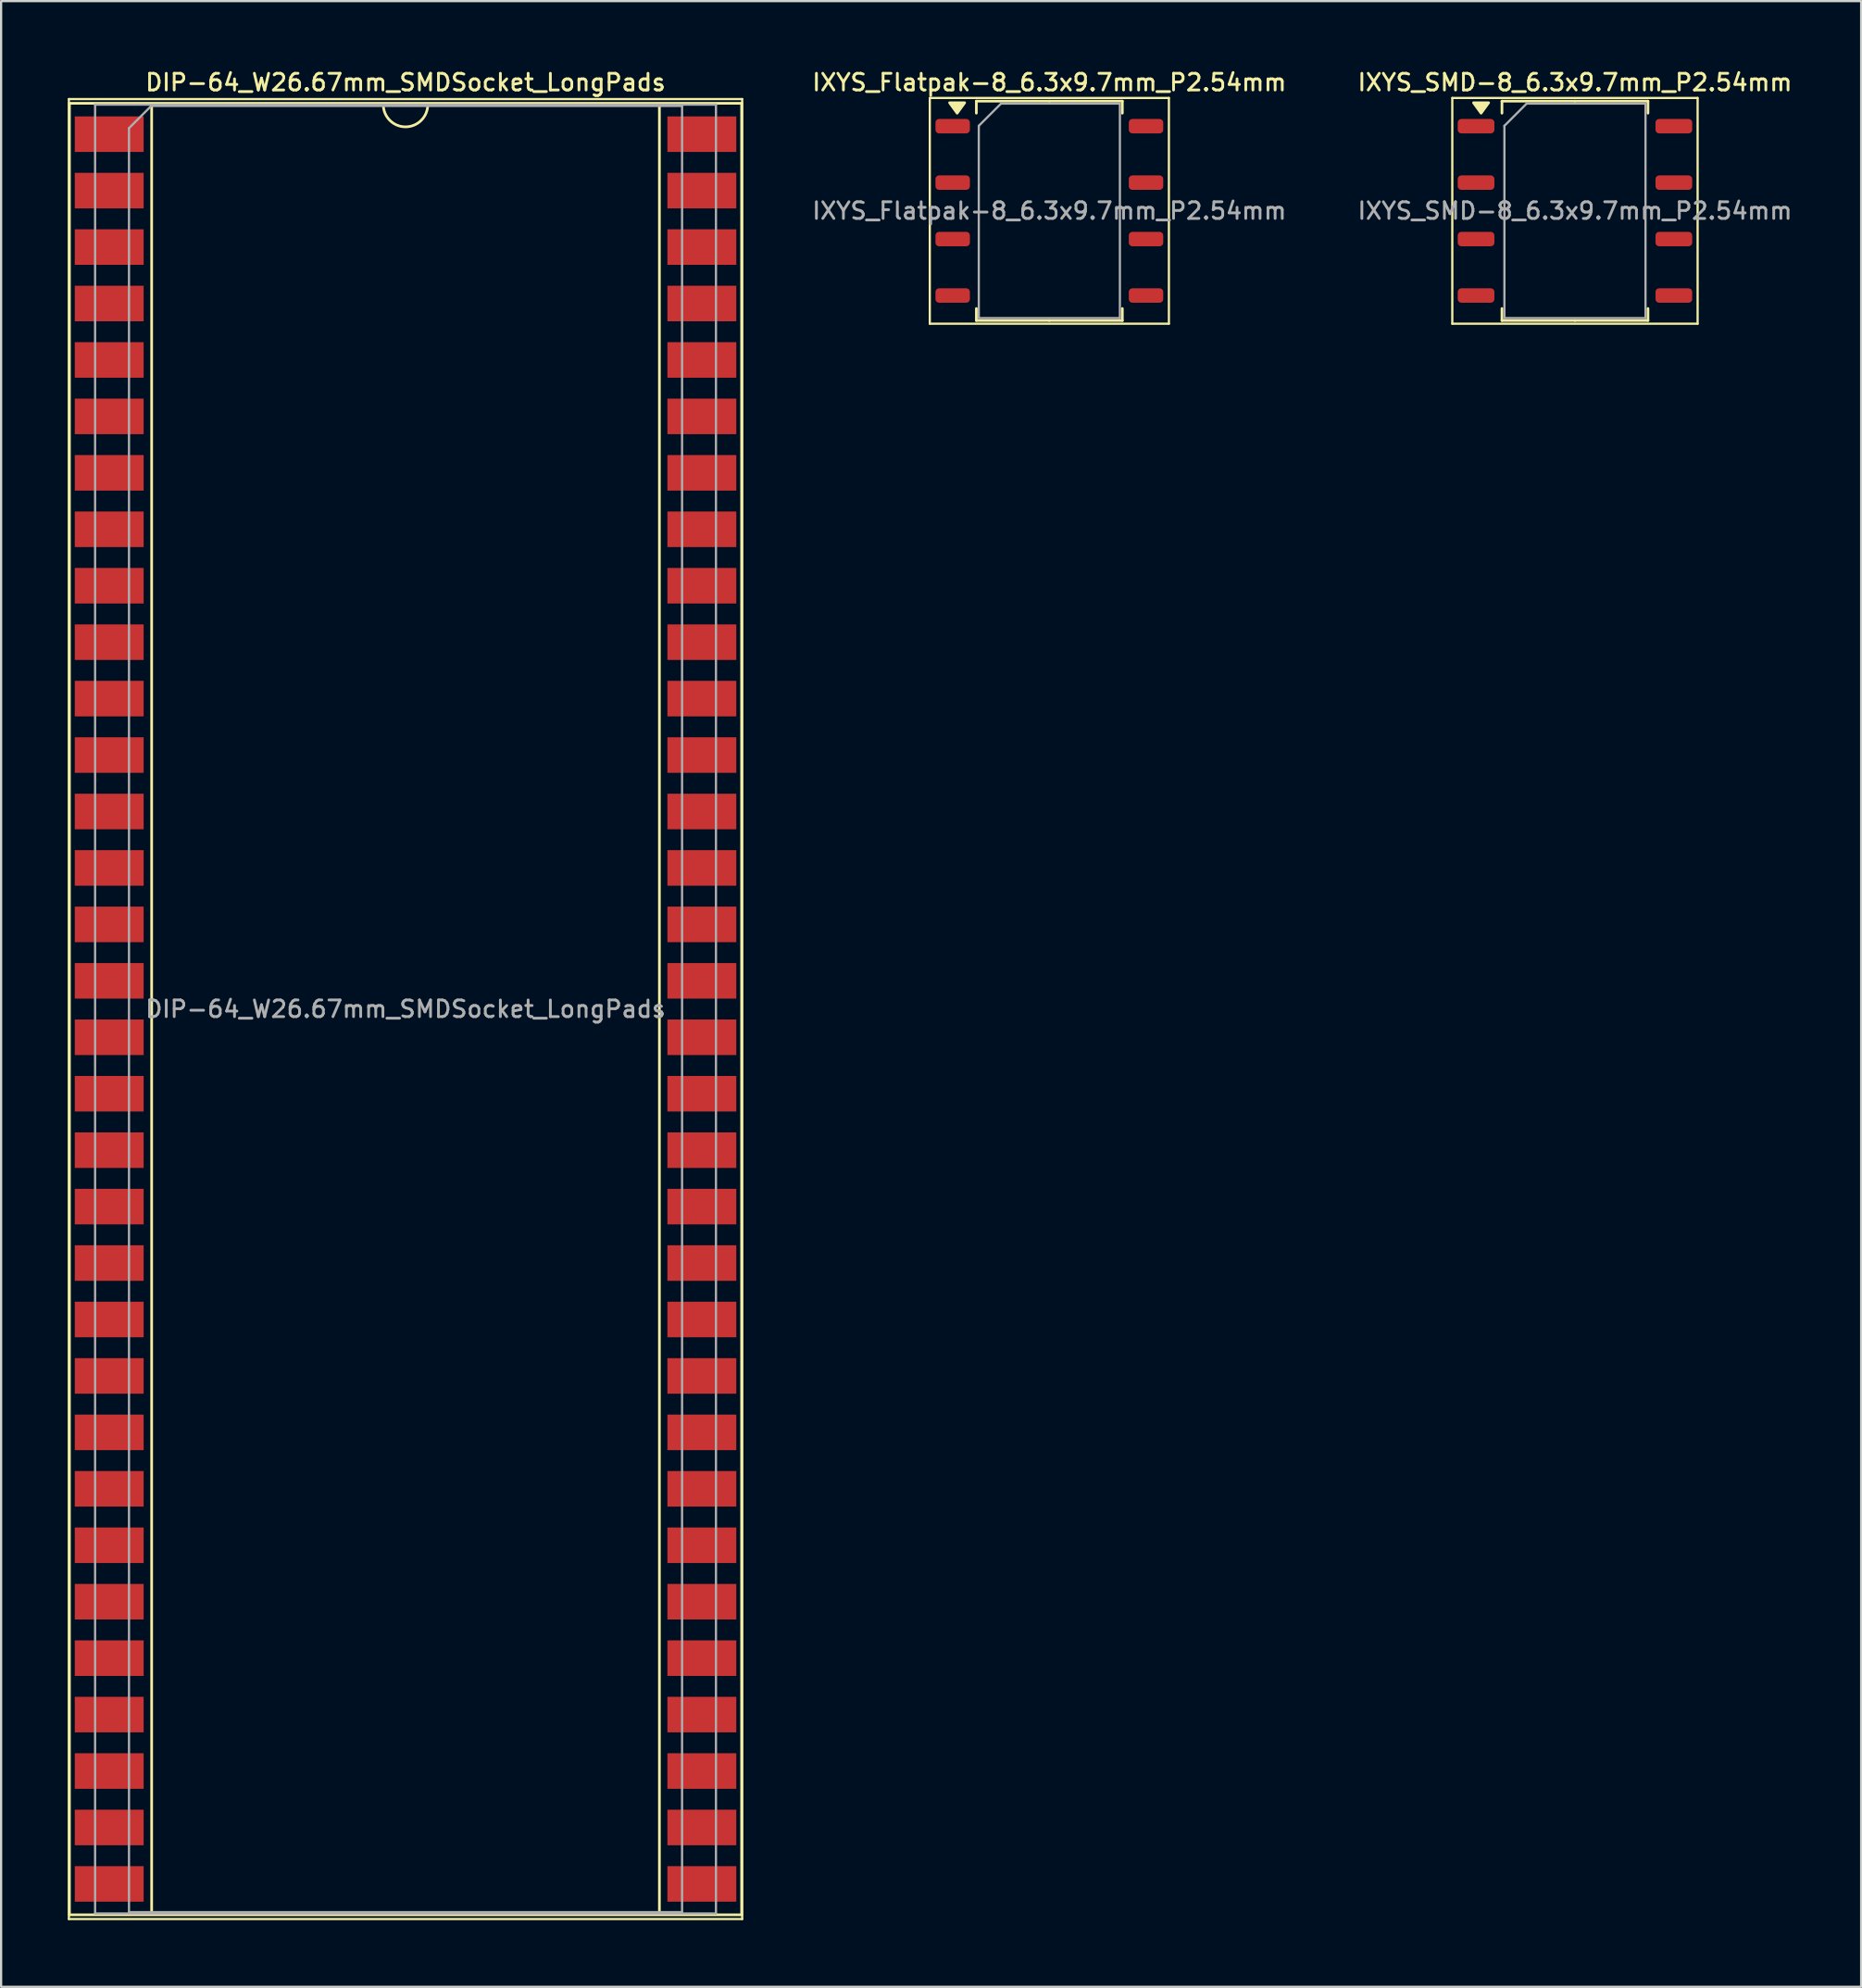
<source format=kicad_pcb>
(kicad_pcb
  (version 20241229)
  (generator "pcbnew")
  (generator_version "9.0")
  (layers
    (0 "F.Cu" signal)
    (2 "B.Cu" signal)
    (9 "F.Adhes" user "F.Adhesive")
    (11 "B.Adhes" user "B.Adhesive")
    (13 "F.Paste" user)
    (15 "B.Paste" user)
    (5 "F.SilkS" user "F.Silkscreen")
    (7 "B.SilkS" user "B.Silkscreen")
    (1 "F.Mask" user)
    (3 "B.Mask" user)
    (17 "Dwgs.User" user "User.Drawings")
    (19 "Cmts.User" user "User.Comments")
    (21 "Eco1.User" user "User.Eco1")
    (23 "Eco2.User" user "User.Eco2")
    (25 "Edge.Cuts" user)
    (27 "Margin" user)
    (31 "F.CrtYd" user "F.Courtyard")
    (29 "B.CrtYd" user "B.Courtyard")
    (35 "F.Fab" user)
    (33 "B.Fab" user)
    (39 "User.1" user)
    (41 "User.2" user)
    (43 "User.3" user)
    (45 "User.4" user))
  (footprint "IXYS_Flatpak-8_6.3x9.7mm_P2.54mm"
    (layer "F.Cu")
    (at 44.173 6.438)
    (property "Reference" "IXYS_Flatpak-8_6.3x9.7mm_P2.54mm" (at 0 -5.78 0) (layer "F.SilkS") (effects (font (size 0.75 0.75) (thickness 0.125))))
    (attr smd)
    (fp_line (start -5.38 -5.08) (end -5.38 5.08) (stroke (width 0.1) (type solid)) (layer "F.SilkS"))
    (fp_line (start -5.38 5.08) (end 5.38 5.08) (stroke (width 0.1) (type solid)) (layer "F.SilkS"))
    (fp_line (start -3.285 -4.936) (end -3.285 -4.395) (stroke (width 0.12) (type solid)) (layer "F.SilkS"))
    (fp_line (start -3.285 4.936) (end -3.285 4.395) (stroke (width 0.12) (type solid)) (layer "F.SilkS"))
    (fp_line (start 0 -4.936) (end -3.285 -4.936) (stroke (width 0.12) (type solid)) (layer "F.SilkS"))
    (fp_line (start 0 -4.936) (end 3.285 -4.936) (stroke (width 0.12) (type solid)) (layer "F.SilkS"))
    (fp_line (start 0 4.936) (end -3.285 4.936) (stroke (width 0.12) (type solid)) (layer "F.SilkS"))
    (fp_line (start 0 4.936) (end 3.285 4.936) (stroke (width 0.12) (type solid)) (layer "F.SilkS"))
    (fp_line (start 3.285 -4.936) (end 3.285 -4.395) (stroke (width 0.12) (type solid)) (layer "F.SilkS"))
    (fp_line (start 3.285 4.936) (end 3.285 4.395) (stroke (width 0.12) (type solid)) (layer "F.SilkS"))
    (fp_line (start 5.38 -5.08) (end -5.38 -5.08) (stroke (width 0.1) (type solid)) (layer "F.SilkS"))
    (fp_line (start 5.38 5.08) (end 5.38 -5.08) (stroke (width 0.1) (type solid)) (layer "F.SilkS"))
    (fp_poly (pts (xy -4.15 -4.395) (xy -4.49 -4.865) (xy -3.81 -4.865) (xy -4.15 -4.395)) (stroke (width 0.12) (type solid)) (fill yes) (layer "F.SilkS"))
    (fp_line (start -3.175 -3.826) (end -2.175 -4.826) (stroke (width 0.1) (type solid)) (layer "F.Fab"))
    (fp_line (start -3.175 4.826) (end -3.175 -3.826) (stroke (width 0.1) (type solid)) (layer "F.Fab"))
    (fp_line (start -2.175 -4.826) (end 3.175 -4.826) (stroke (width 0.1) (type solid)) (layer "F.Fab"))
    (fp_line (start 3.175 -4.826) (end 3.175 4.826) (stroke (width 0.1) (type solid)) (layer "F.Fab"))
    (fp_line (start 3.175 4.826) (end -3.175 4.826) (stroke (width 0.1) (type solid)) (layer "F.Fab"))
    (fp_text user "${REFERENCE}" (at 0 0 0) (layer "F.Fab") (effects (font (size 0.75 0.75) (thickness 0.125))))
    (pad "1" smd roundrect (at -4.35 -3.81) (size 1.55 0.65) (layers "F.Cu" "F.Mask" "F.Paste") (roundrect_rratio 0.25))
    (pad "2" smd roundrect (at -4.35 -1.27) (size 1.55 0.65) (layers "F.Cu" "F.Mask" "F.Paste") (roundrect_rratio 0.25))
    (pad "3" smd roundrect (at -4.35 1.27) (size 1.55 0.65) (layers "F.Cu" "F.Mask" "F.Paste") (roundrect_rratio 0.25))
    (pad "4" smd roundrect (at -4.35 3.81) (size 1.55 0.65) (layers "F.Cu" "F.Mask" "F.Paste") (roundrect_rratio 0.25))
    (pad "5" smd roundrect (at 4.35 3.81) (size 1.55 0.65) (layers "F.Cu" "F.Mask" "F.Paste") (roundrect_rratio 0.25))
    (pad "6" smd roundrect (at 4.35 1.27) (size 1.55 0.65) (layers "F.Cu" "F.Mask" "F.Paste") (roundrect_rratio 0.25))
    (pad "7" smd roundrect (at 4.35 -1.27) (size 1.55 0.65) (layers "F.Cu" "F.Mask" "F.Paste") (roundrect_rratio 0.25))
    (pad "8" smd roundrect (at 4.35 -3.81) (size 1.55 0.65) (layers "F.Cu" "F.Mask" "F.Paste") (roundrect_rratio 0.25)))
  (footprint "DIP-64_W26.67mm_SMDSocket_LongPads"
    (layer "F.Cu")
    (at 15.2 42.358)
    (property "Reference" "DIP-64_W26.67mm_SMDSocket_LongPads" (at 0 -41.7 0) (layer "F.SilkS") (effects (font (size 0.75 0.75) (thickness 0.125))))
    (attr smd)
    (fp_line (start -15.15 -40.95) (end -15.15 40.95) (stroke (width 0.1) (type solid)) (layer "F.SilkS"))
    (fp_line (start -15.15 40.95) (end 15.15 40.95) (stroke (width 0.1) (type solid)) (layer "F.SilkS"))
    (fp_line (start -15.125 -40.76) (end -15.125 40.76) (stroke (width 0.12) (type solid)) (layer "F.SilkS"))
    (fp_line (start -15.125 40.76) (end 15.125 40.76) (stroke (width 0.12) (type solid)) (layer "F.SilkS"))
    (fp_line (start -11.425 -40.7) (end -11.425 40.7) (stroke (width 0.12) (type solid)) (layer "F.SilkS"))
    (fp_line (start -11.425 40.7) (end 11.425 40.7) (stroke (width 0.12) (type solid)) (layer "F.SilkS"))
    (fp_line (start -1 -40.7) (end -11.425 -40.7) (stroke (width 0.12) (type solid)) (layer "F.SilkS"))
    (fp_line (start 11.425 -40.7) (end 1 -40.7) (stroke (width 0.12) (type solid)) (layer "F.SilkS"))
    (fp_line (start 11.425 40.7) (end 11.425 -40.7) (stroke (width 0.12) (type solid)) (layer "F.SilkS"))
    (fp_line (start 15.125 -40.76) (end -15.125 -40.76) (stroke (width 0.12) (type solid)) (layer "F.SilkS"))
    (fp_line (start 15.125 40.76) (end 15.125 -40.76) (stroke (width 0.12) (type solid)) (layer "F.SilkS"))
    (fp_line (start 15.15 -40.95) (end -15.15 -40.95) (stroke (width 0.1) (type solid)) (layer "F.SilkS"))
    (fp_line (start 15.15 40.95) (end 15.15 -40.95) (stroke (width 0.1) (type solid)) (layer "F.SilkS"))
    (fp_arc (start 1 -40.7) (mid 0 -39.7) (end -1 -40.7) (stroke (width 0.12) (type solid)) (layer "F.SilkS"))
    (fp_line (start -13.97 -40.7) (end -13.97 40.7) (stroke (width 0.1) (type solid)) (layer "F.Fab"))
    (fp_line (start -13.97 40.7) (end 13.97 40.7) (stroke (width 0.1) (type solid)) (layer "F.Fab"))
    (fp_line (start -12.445 -39.64) (end -11.445 -40.64) (stroke (width 0.1) (type solid)) (layer "F.Fab"))
    (fp_line (start -12.445 40.64) (end -12.445 -39.64) (stroke (width 0.1) (type solid)) (layer "F.Fab"))
    (fp_line (start -11.445 -40.64) (end 12.445 -40.64) (stroke (width 0.1) (type solid)) (layer "F.Fab"))
    (fp_line (start 12.445 -40.64) (end 12.445 40.64) (stroke (width 0.1) (type solid)) (layer "F.Fab"))
    (fp_line (start 12.445 40.64) (end -12.445 40.64) (stroke (width 0.1) (type solid)) (layer "F.Fab"))
    (fp_line (start 13.97 -40.7) (end -13.97 -40.7) (stroke (width 0.1) (type solid)) (layer "F.Fab"))
    (fp_line (start 13.97 40.7) (end 13.97 -40.7) (stroke (width 0.1) (type solid)) (layer "F.Fab"))
    (fp_text user "${REFERENCE}" (at 0 0 0) (layer "F.Fab") (effects (font (size 0.75 0.75) (thickness 0.125))))
    (pad "1" smd rect (at -13.335 -39.37) (size 3.1 1.6) (layers "F.Cu" "F.Mask" "F.Paste"))
    (pad "2" smd rect (at -13.335 -36.83) (size 3.1 1.6) (layers "F.Cu" "F.Mask" "F.Paste"))
    (pad "3" smd rect (at -13.335 -34.29) (size 3.1 1.6) (layers "F.Cu" "F.Mask" "F.Paste"))
    (pad "4" smd rect (at -13.335 -31.75) (size 3.1 1.6) (layers "F.Cu" "F.Mask" "F.Paste"))
    (pad "5" smd rect (at -13.335 -29.21) (size 3.1 1.6) (layers "F.Cu" "F.Mask" "F.Paste"))
    (pad "6" smd rect (at -13.335 -26.67) (size 3.1 1.6) (layers "F.Cu" "F.Mask" "F.Paste"))
    (pad "7" smd rect (at -13.335 -24.13) (size 3.1 1.6) (layers "F.Cu" "F.Mask" "F.Paste"))
    (pad "8" smd rect (at -13.335 -21.59) (size 3.1 1.6) (layers "F.Cu" "F.Mask" "F.Paste"))
    (pad "9" smd rect (at -13.335 -19.05) (size 3.1 1.6) (layers "F.Cu" "F.Mask" "F.Paste"))
    (pad "10" smd rect (at -13.335 -16.51) (size 3.1 1.6) (layers "F.Cu" "F.Mask" "F.Paste"))
    (pad "11" smd rect (at -13.335 -13.97) (size 3.1 1.6) (layers "F.Cu" "F.Mask" "F.Paste"))
    (pad "12" smd rect (at -13.335 -11.43) (size 3.1 1.6) (layers "F.Cu" "F.Mask" "F.Paste"))
    (pad "13" smd rect (at -13.335 -8.89) (size 3.1 1.6) (layers "F.Cu" "F.Mask" "F.Paste"))
    (pad "14" smd rect (at -13.335 -6.35) (size 3.1 1.6) (layers "F.Cu" "F.Mask" "F.Paste"))
    (pad "15" smd rect (at -13.335 -3.81) (size 3.1 1.6) (layers "F.Cu" "F.Mask" "F.Paste"))
    (pad "16" smd rect (at -13.335 -1.27) (size 3.1 1.6) (layers "F.Cu" "F.Mask" "F.Paste"))
    (pad "17" smd rect (at -13.335 1.27) (size 3.1 1.6) (layers "F.Cu" "F.Mask" "F.Paste"))
    (pad "18" smd rect (at -13.335 3.81) (size 3.1 1.6) (layers "F.Cu" "F.Mask" "F.Paste"))
    (pad "19" smd rect (at -13.335 6.35) (size 3.1 1.6) (layers "F.Cu" "F.Mask" "F.Paste"))
    (pad "20" smd rect (at -13.335 8.89) (size 3.1 1.6) (layers "F.Cu" "F.Mask" "F.Paste"))
    (pad "21" smd rect (at -13.335 11.43) (size 3.1 1.6) (layers "F.Cu" "F.Mask" "F.Paste"))
    (pad "22" smd rect (at -13.335 13.97) (size 3.1 1.6) (layers "F.Cu" "F.Mask" "F.Paste"))
    (pad "23" smd rect (at -13.335 16.51) (size 3.1 1.6) (layers "F.Cu" "F.Mask" "F.Paste"))
    (pad "24" smd rect (at -13.335 19.05) (size 3.1 1.6) (layers "F.Cu" "F.Mask" "F.Paste"))
    (pad "25" smd rect (at -13.335 21.59) (size 3.1 1.6) (layers "F.Cu" "F.Mask" "F.Paste"))
    (pad "26" smd rect (at -13.335 24.13) (size 3.1 1.6) (layers "F.Cu" "F.Mask" "F.Paste"))
    (pad "27" smd rect (at -13.335 26.67) (size 3.1 1.6) (layers "F.Cu" "F.Mask" "F.Paste"))
    (pad "28" smd rect (at -13.335 29.21) (size 3.1 1.6) (layers "F.Cu" "F.Mask" "F.Paste"))
    (pad "29" smd rect (at -13.335 31.75) (size 3.1 1.6) (layers "F.Cu" "F.Mask" "F.Paste"))
    (pad "30" smd rect (at -13.335 34.29) (size 3.1 1.6) (layers "F.Cu" "F.Mask" "F.Paste"))
    (pad "31" smd rect (at -13.335 36.83) (size 3.1 1.6) (layers "F.Cu" "F.Mask" "F.Paste"))
    (pad "32" smd rect (at -13.335 39.37) (size 3.1 1.6) (layers "F.Cu" "F.Mask" "F.Paste"))
    (pad "33" smd rect (at 13.335 39.37) (size 3.1 1.6) (layers "F.Cu" "F.Mask" "F.Paste"))
    (pad "34" smd rect (at 13.335 36.83) (size 3.1 1.6) (layers "F.Cu" "F.Mask" "F.Paste"))
    (pad "35" smd rect (at 13.335 34.29) (size 3.1 1.6) (layers "F.Cu" "F.Mask" "F.Paste"))
    (pad "36" smd rect (at 13.335 31.75) (size 3.1 1.6) (layers "F.Cu" "F.Mask" "F.Paste"))
    (pad "37" smd rect (at 13.335 29.21) (size 3.1 1.6) (layers "F.Cu" "F.Mask" "F.Paste"))
    (pad "38" smd rect (at 13.335 26.67) (size 3.1 1.6) (layers "F.Cu" "F.Mask" "F.Paste"))
    (pad "39" smd rect (at 13.335 24.13) (size 3.1 1.6) (layers "F.Cu" "F.Mask" "F.Paste"))
    (pad "40" smd rect (at 13.335 21.59) (size 3.1 1.6) (layers "F.Cu" "F.Mask" "F.Paste"))
    (pad "41" smd rect (at 13.335 19.05) (size 3.1 1.6) (layers "F.Cu" "F.Mask" "F.Paste"))
    (pad "42" smd rect (at 13.335 16.51) (size 3.1 1.6) (layers "F.Cu" "F.Mask" "F.Paste"))
    (pad "43" smd rect (at 13.335 13.97) (size 3.1 1.6) (layers "F.Cu" "F.Mask" "F.Paste"))
    (pad "44" smd rect (at 13.335 11.43) (size 3.1 1.6) (layers "F.Cu" "F.Mask" "F.Paste"))
    (pad "45" smd rect (at 13.335 8.89) (size 3.1 1.6) (layers "F.Cu" "F.Mask" "F.Paste"))
    (pad "46" smd rect (at 13.335 6.35) (size 3.1 1.6) (layers "F.Cu" "F.Mask" "F.Paste"))
    (pad "47" smd rect (at 13.335 3.81) (size 3.1 1.6) (layers "F.Cu" "F.Mask" "F.Paste"))
    (pad "48" smd rect (at 13.335 1.27) (size 3.1 1.6) (layers "F.Cu" "F.Mask" "F.Paste"))
    (pad "49" smd rect (at 13.335 -1.27) (size 3.1 1.6) (layers "F.Cu" "F.Mask" "F.Paste"))
    (pad "50" smd rect (at 13.335 -3.81) (size 3.1 1.6) (layers "F.Cu" "F.Mask" "F.Paste"))
    (pad "51" smd rect (at 13.335 -6.35) (size 3.1 1.6) (layers "F.Cu" "F.Mask" "F.Paste"))
    (pad "52" smd rect (at 13.335 -8.89) (size 3.1 1.6) (layers "F.Cu" "F.Mask" "F.Paste"))
    (pad "53" smd rect (at 13.335 -11.43) (size 3.1 1.6) (layers "F.Cu" "F.Mask" "F.Paste"))
    (pad "54" smd rect (at 13.335 -13.97) (size 3.1 1.6) (layers "F.Cu" "F.Mask" "F.Paste"))
    (pad "55" smd rect (at 13.335 -16.51) (size 3.1 1.6) (layers "F.Cu" "F.Mask" "F.Paste"))
    (pad "56" smd rect (at 13.335 -19.05) (size 3.1 1.6) (layers "F.Cu" "F.Mask" "F.Paste"))
    (pad "57" smd rect (at 13.335 -21.59) (size 3.1 1.6) (layers "F.Cu" "F.Mask" "F.Paste"))
    (pad "58" smd rect (at 13.335 -24.13) (size 3.1 1.6) (layers "F.Cu" "F.Mask" "F.Paste"))
    (pad "59" smd rect (at 13.335 -26.67) (size 3.1 1.6) (layers "F.Cu" "F.Mask" "F.Paste"))
    (pad "60" smd rect (at 13.335 -29.21) (size 3.1 1.6) (layers "F.Cu" "F.Mask" "F.Paste"))
    (pad "61" smd rect (at 13.335 -31.75) (size 3.1 1.6) (layers "F.Cu" "F.Mask" "F.Paste"))
    (pad "62" smd rect (at 13.335 -34.29) (size 3.1 1.6) (layers "F.Cu" "F.Mask" "F.Paste"))
    (pad "63" smd rect (at 13.335 -36.83) (size 3.1 1.6) (layers "F.Cu" "F.Mask" "F.Paste"))
    (pad "64" smd rect (at 13.335 -39.37) (size 3.1 1.6) (layers "F.Cu" "F.Mask" "F.Paste")))
  (footprint "IXYS_SMD-8_6.3x9.7mm_P2.54mm"
    (layer "F.Cu")
    (at 67.827 6.438)
    (property "Reference" "IXYS_SMD-8_6.3x9.7mm_P2.54mm" (at 0 -5.78 0) (layer "F.SilkS") (effects (font (size 0.75 0.75) (thickness 0.125))))
    (attr smd)
    (fp_line (start -5.52 -5.08) (end -5.52 5.08) (stroke (width 0.1) (type solid)) (layer "F.SilkS"))
    (fp_line (start -5.52 5.08) (end 5.52 5.08) (stroke (width 0.1) (type solid)) (layer "F.SilkS"))
    (fp_line (start -3.285 -4.936) (end -3.285 -4.395) (stroke (width 0.12) (type solid)) (layer "F.SilkS"))
    (fp_line (start -3.285 4.936) (end -3.285 4.395) (stroke (width 0.12) (type solid)) (layer "F.SilkS"))
    (fp_line (start 0 -4.936) (end -3.285 -4.936) (stroke (width 0.12) (type solid)) (layer "F.SilkS"))
    (fp_line (start 0 -4.936) (end 3.285 -4.936) (stroke (width 0.12) (type solid)) (layer "F.SilkS"))
    (fp_line (start 0 4.936) (end -3.285 4.936) (stroke (width 0.12) (type solid)) (layer "F.SilkS"))
    (fp_line (start 0 4.936) (end 3.285 4.936) (stroke (width 0.12) (type solid)) (layer "F.SilkS"))
    (fp_line (start 3.285 -4.936) (end 3.285 -4.395) (stroke (width 0.12) (type solid)) (layer "F.SilkS"))
    (fp_line (start 3.285 4.936) (end 3.285 4.395) (stroke (width 0.12) (type solid)) (layer "F.SilkS"))
    (fp_line (start 5.52 -5.08) (end -5.52 -5.08) (stroke (width 0.1) (type solid)) (layer "F.SilkS"))
    (fp_line (start 5.52 5.08) (end 5.52 -5.08) (stroke (width 0.1) (type solid)) (layer "F.SilkS"))
    (fp_poly (pts (xy -4.225 -4.395) (xy -4.565 -4.865) (xy -3.885 -4.865) (xy -4.225 -4.395)) (stroke (width 0.12) (type solid)) (fill yes) (layer "F.SilkS"))
    (fp_line (start -3.175 -3.826) (end -2.175 -4.826) (stroke (width 0.1) (type solid)) (layer "F.Fab"))
    (fp_line (start -3.175 4.826) (end -3.175 -3.826) (stroke (width 0.1) (type solid)) (layer "F.Fab"))
    (fp_line (start -2.175 -4.826) (end 3.175 -4.826) (stroke (width 0.1) (type solid)) (layer "F.Fab"))
    (fp_line (start 3.175 -4.826) (end 3.175 4.826) (stroke (width 0.1) (type solid)) (layer "F.Fab"))
    (fp_line (start 3.175 4.826) (end -3.175 4.826) (stroke (width 0.1) (type solid)) (layer "F.Fab"))
    (fp_text user "${REFERENCE}" (at 0 0 0) (layer "F.Fab") (effects (font (size 0.75 0.75) (thickness 0.125))))
    (pad "1" smd roundrect (at -4.45 -3.81) (size 1.65 0.65) (layers "F.Cu" "F.Mask" "F.Paste") (roundrect_rratio 0.25))
    (pad "2" smd roundrect (at -4.45 -1.27) (size 1.65 0.65) (layers "F.Cu" "F.Mask" "F.Paste") (roundrect_rratio 0.25))
    (pad "3" smd roundrect (at -4.45 1.27) (size 1.65 0.65) (layers "F.Cu" "F.Mask" "F.Paste") (roundrect_rratio 0.25))
    (pad "4" smd roundrect (at -4.45 3.81) (size 1.65 0.65) (layers "F.Cu" "F.Mask" "F.Paste") (roundrect_rratio 0.25))
    (pad "5" smd roundrect (at 4.45 3.81) (size 1.65 0.65) (layers "F.Cu" "F.Mask" "F.Paste") (roundrect_rratio 0.25))
    (pad "6" smd roundrect (at 4.45 1.27) (size 1.65 0.65) (layers "F.Cu" "F.Mask" "F.Paste") (roundrect_rratio 0.25))
    (pad "7" smd roundrect (at 4.45 -1.27) (size 1.65 0.65) (layers "F.Cu" "F.Mask" "F.Paste") (roundrect_rratio 0.25))
    (pad "8" smd roundrect (at 4.45 -3.81) (size 1.65 0.65) (layers "F.Cu" "F.Mask" "F.Paste") (roundrect_rratio 0.25)))
  (gr_rect
    (start -3 -3)
    (end 80.707 86.358)
    (stroke (width 0.1) (type default))
    (fill no)
    (layer "Edge.Cuts")))
</source>
